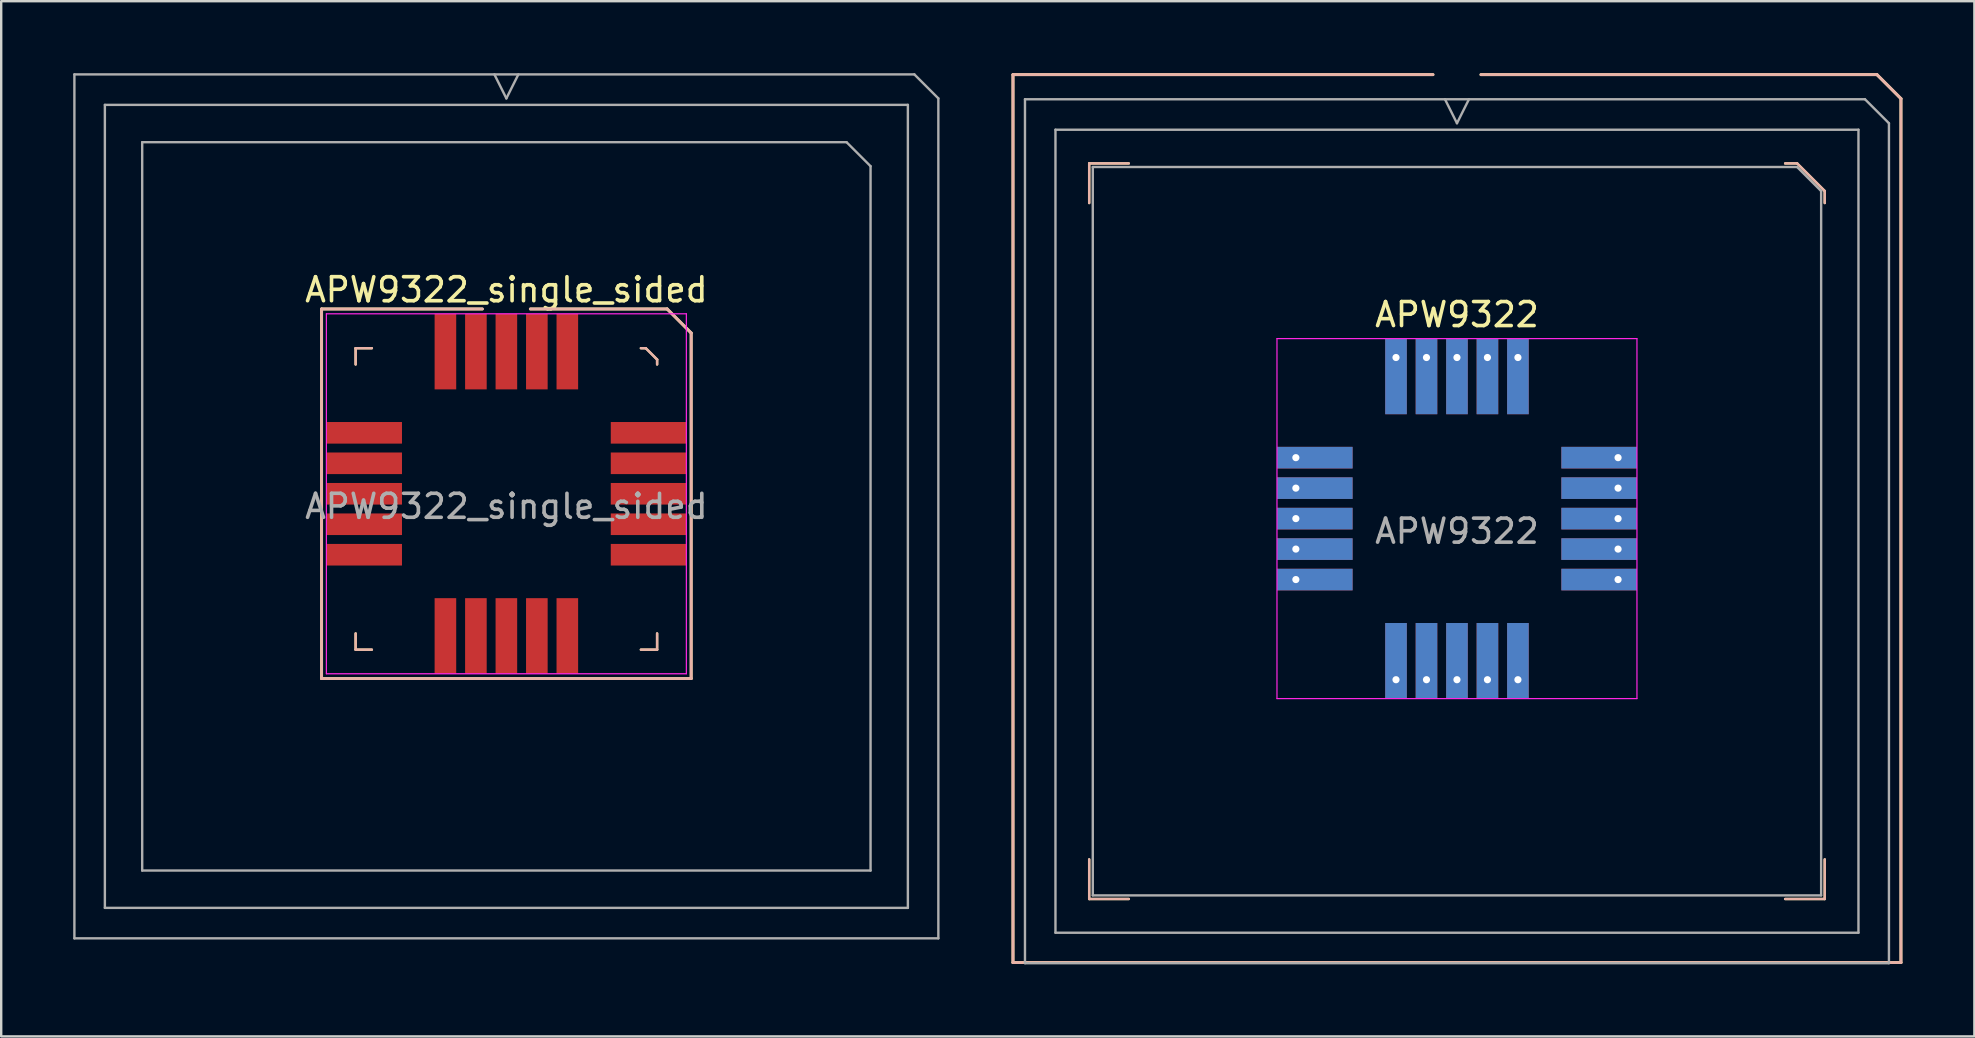
<source format=kicad_pcb>
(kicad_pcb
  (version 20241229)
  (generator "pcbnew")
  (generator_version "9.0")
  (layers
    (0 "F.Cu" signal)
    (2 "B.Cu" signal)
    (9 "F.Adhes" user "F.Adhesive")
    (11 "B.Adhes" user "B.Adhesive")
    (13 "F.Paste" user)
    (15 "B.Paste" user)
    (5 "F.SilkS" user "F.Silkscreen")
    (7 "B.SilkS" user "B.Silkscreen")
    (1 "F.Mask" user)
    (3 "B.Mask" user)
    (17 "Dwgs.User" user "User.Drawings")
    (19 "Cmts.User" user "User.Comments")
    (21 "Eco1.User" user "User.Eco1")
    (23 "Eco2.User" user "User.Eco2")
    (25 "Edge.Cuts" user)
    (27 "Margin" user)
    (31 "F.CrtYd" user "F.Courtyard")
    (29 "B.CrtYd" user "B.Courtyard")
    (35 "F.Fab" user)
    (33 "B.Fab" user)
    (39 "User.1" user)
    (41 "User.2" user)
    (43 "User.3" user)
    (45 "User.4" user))
  (footprint "APW9322_single_sided"
    (layer "F.Cu")
    (at 18.05 17.525)
    (property "Reference" "APW9322_single_sided" (at 0 -8.5 180) (layer "F.SilkS") (effects (font (size 1 1) (thickness 0.15))))
    (attr smd)
    (fp_line (start -7.7 -7.7) (end -1 -7.7) (stroke (width 0.12) (type solid)) (layer "F.SilkS"))
    (fp_line (start -7.7 7.7) (end -7.7 -7.7) (stroke (width 0.12) (type solid)) (layer "F.SilkS"))
    (fp_line (start -6.281 -6.066) (end -6.281 -5.389) (stroke (width 0.1) (type solid)) (layer "F.SilkS"))
    (fp_line (start -6.281 6.496) (end -6.281 5.82) (stroke (width 0.1) (type solid)) (layer "F.SilkS"))
    (fp_line (start -5.605 -6.066) (end -6.281 -6.066) (stroke (width 0.1) (type solid)) (layer "F.SilkS"))
    (fp_line (start -5.605 6.496) (end -6.281 6.496) (stroke (width 0.1) (type solid)) (layer "F.SilkS"))
    (fp_line (start 1 -7.7) (end 6.7 -7.7) (stroke (width 0.12) (type solid)) (layer "F.SilkS"))
    (fp_line (start 5.605 -6.066) (end 5.809 -6.066) (stroke (width 0.1) (type solid)) (layer "F.SilkS"))
    (fp_line (start 5.605 6.496) (end 6.281 6.496) (stroke (width 0.1) (type solid)) (layer "F.SilkS"))
    (fp_line (start 5.809 -6.066) (end 6.281 -5.594) (stroke (width 0.1) (type solid)) (layer "F.SilkS"))
    (fp_line (start 6.281 -5.594) (end 6.281 -5.389) (stroke (width 0.1) (type solid)) (layer "F.SilkS"))
    (fp_line (start 6.281 6.496) (end 6.281 5.82) (stroke (width 0.1) (type solid)) (layer "F.SilkS"))
    (fp_line (start 6.7 -7.7) (end 7.7 -6.7) (stroke (width 0.12) (type solid)) (layer "F.SilkS"))
    (fp_line (start 7.7 -6.7) (end 7.7 7.7) (stroke (width 0.12) (type solid)) (layer "F.SilkS"))
    (fp_line (start 7.7 7.7) (end -7.7 7.7) (stroke (width 0.12) (type solid)) (layer "F.SilkS"))
    (fp_line (start -7.7 -7.7) (end -1 -7.7) (stroke (width 0.12) (type solid)) (layer "B.SilkS"))
    (fp_line (start -7.7 7.7) (end -7.7 -7.7) (stroke (width 0.12) (type solid)) (layer "B.SilkS"))
    (fp_line (start -6.281 -6.066) (end -6.281 -5.389) (stroke (width 0.1) (type solid)) (layer "B.SilkS"))
    (fp_line (start -6.281 6.496) (end -6.281 5.82) (stroke (width 0.1) (type solid)) (layer "B.SilkS"))
    (fp_line (start -5.605 -6.066) (end -6.281 -6.066) (stroke (width 0.1) (type solid)) (layer "B.SilkS"))
    (fp_line (start -5.605 6.496) (end -6.281 6.496) (stroke (width 0.1) (type solid)) (layer "B.SilkS"))
    (fp_line (start 1 -7.7) (end 6.7 -7.7) (stroke (width 0.12) (type solid)) (layer "B.SilkS"))
    (fp_line (start 5.605 -6.066) (end 5.809 -6.066) (stroke (width 0.1) (type solid)) (layer "B.SilkS"))
    (fp_line (start 5.605 6.496) (end 6.281 6.496) (stroke (width 0.1) (type solid)) (layer "B.SilkS"))
    (fp_line (start 5.809 -6.066) (end 6.281 -5.594) (stroke (width 0.1) (type solid)) (layer "B.SilkS"))
    (fp_line (start 6.281 -5.594) (end 6.281 -5.389) (stroke (width 0.1) (type solid)) (layer "B.SilkS"))
    (fp_line (start 6.281 6.496) (end 6.281 5.82) (stroke (width 0.1) (type solid)) (layer "B.SilkS"))
    (fp_line (start 6.7 -7.7) (end 7.7 -6.7) (stroke (width 0.12) (type solid)) (layer "B.SilkS"))
    (fp_line (start 7.7 -6.7) (end 7.7 7.7) (stroke (width 0.12) (type solid)) (layer "B.SilkS"))
    (fp_line (start 7.7 7.7) (end -7.7 7.7) (stroke (width 0.12) (type solid)) (layer "B.SilkS"))
    (fp_line (start -7.5 -7.5) (end 7.5 -7.5) (stroke (width 0.05) (type solid)) (layer "F.CrtYd"))
    (fp_line (start -7.5 7.5) (end -7.5 -7.5) (stroke (width 0.05) (type solid)) (layer "F.CrtYd"))
    (fp_line (start 7.5 -7.5) (end 7.5 7.5) (stroke (width 0.05) (type solid)) (layer "F.CrtYd"))
    (fp_line (start 7.5 7.5) (end -7.5 7.5) (stroke (width 0.05) (type solid)) (layer "F.CrtYd"))
    (fp_line (start -18 -17.475) (end 17 -17.475) (stroke (width 0.1) (type solid)) (layer "F.Fab"))
    (fp_line (start -18 18.525) (end -18 -17.475) (stroke (width 0.1) (type solid)) (layer "F.Fab"))
    (fp_line (start -16.73 -16.205) (end 16.73 -16.205) (stroke (width 0.1) (type solid)) (layer "F.Fab"))
    (fp_line (start -16.73 17.255) (end -16.73 -16.205) (stroke (width 0.1) (type solid)) (layer "F.Fab"))
    (fp_line (start -15.175 -14.65) (end 14.175 -14.65) (stroke (width 0.1) (type solid)) (layer "F.Fab"))
    (fp_line (start -15.175 15.7) (end -15.175 -14.65) (stroke (width 0.1) (type solid)) (layer "F.Fab"))
    (fp_line (start 0 -16.475) (end -0.5 -17.475) (stroke (width 0.1) (type solid)) (layer "F.Fab"))
    (fp_line (start 0.5 -17.475) (end 0 -16.475) (stroke (width 0.1) (type solid)) (layer "F.Fab"))
    (fp_line (start 14.175 -14.65) (end 15.175 -13.65) (stroke (width 0.1) (type solid)) (layer "F.Fab"))
    (fp_line (start 15.175 -13.65) (end 15.175 15.7) (stroke (width 0.1) (type solid)) (layer "F.Fab"))
    (fp_line (start 15.175 15.7) (end -15.175 15.7) (stroke (width 0.1) (type solid)) (layer "F.Fab"))
    (fp_line (start 16.73 -16.205) (end 16.73 17.255) (stroke (width 0.1) (type solid)) (layer "F.Fab"))
    (fp_line (start 16.73 17.255) (end -16.73 17.255) (stroke (width 0.1) (type solid)) (layer "F.Fab"))
    (fp_line (start 17 -17.475) (end 18 -16.475) (stroke (width 0.1) (type solid)) (layer "F.Fab"))
    (fp_line (start 18 -16.475) (end 18 18.525) (stroke (width 0.1) (type solid)) (layer "F.Fab"))
    (fp_line (start 18 18.525) (end -18 18.525) (stroke (width 0.1) (type solid)) (layer "F.Fab"))
    (fp_text user "${REFERENCE}" (at 0 0.525 180) (layer "F.Fab") (effects (font (size 1 1) (thickness 0.15))))
    (pad "1" smd rect (at 0 -5.925) (size 0.9 3.15) (layers "F.Cu" "F.Mask" "F.Paste"))
    (pad "2" smd rect (at 1.27 -5.925) (size 0.9 3.15) (layers "F.Cu" "F.Mask" "F.Paste"))
    (pad "3" smd rect (at 2.54 -5.925) (size 0.9 3.15) (layers "F.Cu" "F.Mask" "F.Paste"))
    (pad "4" smd rect (at 5.925 -2.54) (size 3.15 0.9) (layers "F.Cu" "F.Mask" "F.Paste"))
    (pad "5" smd rect (at 5.925 -1.27) (size 3.15 0.9) (layers "F.Cu" "F.Mask" "F.Paste"))
    (pad "6" smd rect (at 5.925 0) (size 3.15 0.9) (layers "F.Cu" "F.Mask" "F.Paste"))
    (pad "7" smd rect (at 5.925 1.27) (size 3.15 0.9) (layers "F.Cu" "F.Mask" "F.Paste"))
    (pad "8" smd rect (at 5.925 2.54) (size 3.15 0.9) (layers "F.Cu" "F.Mask" "F.Paste"))
    (pad "9" smd rect (at 2.54 5.925) (size 0.9 3.15) (layers "F.Cu" "F.Mask" "F.Paste"))
    (pad "10" smd rect (at 1.27 5.925) (size 0.9 3.15) (layers "F.Cu" "F.Mask" "F.Paste"))
    (pad "11" smd rect (at 0 5.925) (size 0.9 3.15) (layers "F.Cu" "F.Mask" "F.Paste"))
    (pad "12" smd rect (at -1.27 5.925) (size 0.9 3.15) (layers "F.Cu" "F.Mask" "F.Paste"))
    (pad "13" smd rect (at -2.54 5.925) (size 0.9 3.15) (layers "F.Cu" "F.Mask" "F.Paste"))
    (pad "14" smd rect (at -5.925 2.54) (size 3.15 0.9) (layers "F.Cu" "F.Mask" "F.Paste"))
    (pad "15" smd rect (at -5.925 1.27) (size 3.15 0.9) (layers "F.Cu" "F.Mask" "F.Paste"))
    (pad "16" smd rect (at -5.925 0) (size 3.15 0.9) (layers "F.Cu" "F.Mask" "F.Paste"))
    (pad "17" smd rect (at -5.925 -1.27) (size 3.15 0.9) (layers "F.Cu" "F.Mask" "F.Paste"))
    (pad "18" smd rect (at -5.925 -2.54) (size 3.15 0.9) (layers "F.Cu" "F.Mask" "F.Paste"))
    (pad "19" smd rect (at -2.54 -5.925) (size 0.9 3.15) (layers "F.Cu" "F.Mask" "F.Paste"))
    (pad "20" smd rect (at -1.27 -5.925) (size 0.9 3.15) (layers "F.Cu" "F.Mask" "F.Paste")))
  (footprint "APW9322"
    (layer "F.Cu")
    (at 57.66 18.56)
    (property "Reference" "APW9322" (at 0 -8.5 180) (layer "F.SilkS") (effects (font (size 1 1) (thickness 0.15))))
    (attr smd)
    (fp_line (start -18.5 -18.5) (end -1 -18.5) (stroke (width 0.12) (type solid)) (layer "F.SilkS"))
    (fp_line (start -18.5 18.5) (end -18.5 -18.5) (stroke (width 0.12) (type solid)) (layer "F.SilkS"))
    (fp_line (start -15.325 -14.8) (end -15.325 -13.15) (stroke (width 0.1) (type solid)) (layer "F.SilkS"))
    (fp_line (start -15.325 15.85) (end -15.325 14.2) (stroke (width 0.1) (type solid)) (layer "F.SilkS"))
    (fp_line (start -13.675 -14.8) (end -15.325 -14.8) (stroke (width 0.1) (type solid)) (layer "F.SilkS"))
    (fp_line (start -13.675 15.85) (end -15.325 15.85) (stroke (width 0.1) (type solid)) (layer "F.SilkS"))
    (fp_line (start 1 -18.5) (end 17.5 -18.5) (stroke (width 0.12) (type solid)) (layer "F.SilkS"))
    (fp_line (start 13.675 -14.8) (end 14.175 -14.8) (stroke (width 0.1) (type solid)) (layer "F.SilkS"))
    (fp_line (start 13.675 15.85) (end 15.325 15.85) (stroke (width 0.1) (type solid)) (layer "F.SilkS"))
    (fp_line (start 14.175 -14.8) (end 15.325 -13.65) (stroke (width 0.1) (type solid)) (layer "F.SilkS"))
    (fp_line (start 15.325 -13.65) (end 15.325 -13.15) (stroke (width 0.1) (type solid)) (layer "F.SilkS"))
    (fp_line (start 15.325 15.85) (end 15.325 14.2) (stroke (width 0.1) (type solid)) (layer "F.SilkS"))
    (fp_line (start 17.5 -18.5) (end 18.5 -17.5) (stroke (width 0.12) (type solid)) (layer "F.SilkS"))
    (fp_line (start 18.5 -17.5) (end 18.5 18.5) (stroke (width 0.12) (type solid)) (layer "F.SilkS"))
    (fp_line (start 18.5 18.5) (end -18.5 18.5) (stroke (width 0.12) (type solid)) (layer "F.SilkS"))
    (fp_line (start -18.5 -18.5) (end -1 -18.5) (stroke (width 0.12) (type solid)) (layer "B.SilkS"))
    (fp_line (start -18.5 18.5) (end -18.5 -18.5) (stroke (width 0.12) (type solid)) (layer "B.SilkS"))
    (fp_line (start -15.325 -14.8) (end -15.325 -13.15) (stroke (width 0.1) (type solid)) (layer "B.SilkS"))
    (fp_line (start -15.325 15.85) (end -15.325 14.2) (stroke (width 0.1) (type solid)) (layer "B.SilkS"))
    (fp_line (start -13.675 -14.8) (end -15.325 -14.8) (stroke (width 0.1) (type solid)) (layer "B.SilkS"))
    (fp_line (start -13.675 15.85) (end -15.325 15.85) (stroke (width 0.1) (type solid)) (layer "B.SilkS"))
    (fp_line (start 1 -18.5) (end 17.5 -18.5) (stroke (width 0.12) (type solid)) (layer "B.SilkS"))
    (fp_line (start 13.675 -14.8) (end 14.175 -14.8) (stroke (width 0.1) (type solid)) (layer "B.SilkS"))
    (fp_line (start 13.675 15.85) (end 15.325 15.85) (stroke (width 0.1) (type solid)) (layer "B.SilkS"))
    (fp_line (start 14.175 -14.8) (end 15.325 -13.65) (stroke (width 0.1) (type solid)) (layer "B.SilkS"))
    (fp_line (start 15.325 -13.65) (end 15.325 -13.15) (stroke (width 0.1) (type solid)) (layer "B.SilkS"))
    (fp_line (start 15.325 15.85) (end 15.325 14.2) (stroke (width 0.1) (type solid)) (layer "B.SilkS"))
    (fp_line (start 17.5 -18.5) (end 18.5 -17.5) (stroke (width 0.12) (type solid)) (layer "B.SilkS"))
    (fp_line (start 18.5 -17.5) (end 18.5 18.5) (stroke (width 0.12) (type solid)) (layer "B.SilkS"))
    (fp_line (start 18.5 18.5) (end -18.5 18.5) (stroke (width 0.12) (type solid)) (layer "B.SilkS"))
    (fp_line (start -7.5 -7.5) (end 7.5 -7.5) (stroke (width 0.05) (type solid)) (layer "F.CrtYd"))
    (fp_line (start -7.5 7.5) (end -7.5 -7.5) (stroke (width 0.05) (type solid)) (layer "F.CrtYd"))
    (fp_line (start 7.5 -7.5) (end 7.5 7.5) (stroke (width 0.05) (type solid)) (layer "F.CrtYd"))
    (fp_line (start 7.5 7.5) (end -7.5 7.5) (stroke (width 0.05) (type solid)) (layer "F.CrtYd"))
    (fp_line (start -18 -17.475) (end 17 -17.475) (stroke (width 0.1) (type solid)) (layer "F.Fab"))
    (fp_line (start -18 18.525) (end -18 -17.475) (stroke (width 0.1) (type solid)) (layer "F.Fab"))
    (fp_line (start -16.73 -16.205) (end 16.73 -16.205) (stroke (width 0.1) (type solid)) (layer "F.Fab"))
    (fp_line (start -16.73 17.255) (end -16.73 -16.205) (stroke (width 0.1) (type solid)) (layer "F.Fab"))
    (fp_line (start -15.175 -14.65) (end 14.175 -14.65) (stroke (width 0.1) (type solid)) (layer "F.Fab"))
    (fp_line (start -15.175 15.7) (end -15.175 -14.65) (stroke (width 0.1) (type solid)) (layer "F.Fab"))
    (fp_line (start 0 -16.475) (end -0.5 -17.475) (stroke (width 0.1) (type solid)) (layer "F.Fab"))
    (fp_line (start 0.5 -17.475) (end 0 -16.475) (stroke (width 0.1) (type solid)) (layer "F.Fab"))
    (fp_line (start 14.175 -14.65) (end 15.175 -13.65) (stroke (width 0.1) (type solid)) (layer "F.Fab"))
    (fp_line (start 15.175 -13.65) (end 15.175 15.7) (stroke (width 0.1) (type solid)) (layer "F.Fab"))
    (fp_line (start 15.175 15.7) (end -15.175 15.7) (stroke (width 0.1) (type solid)) (layer "F.Fab"))
    (fp_line (start 16.73 -16.205) (end 16.73 17.255) (stroke (width 0.1) (type solid)) (layer "F.Fab"))
    (fp_line (start 16.73 17.255) (end -16.73 17.255) (stroke (width 0.1) (type solid)) (layer "F.Fab"))
    (fp_line (start 17 -17.475) (end 18 -16.475) (stroke (width 0.1) (type solid)) (layer "F.Fab"))
    (fp_line (start 18 -16.475) (end 18 18.525) (stroke (width 0.1) (type solid)) (layer "F.Fab"))
    (fp_line (start 18 18.525) (end -18 18.525) (stroke (width 0.1) (type solid)) (layer "F.Fab"))
    (fp_text user "${REFERENCE}" (at 0 0.525 180) (layer "F.Fab") (effects (font (size 1 1) (thickness 0.15))))
    (pad "1" thru_hole rect (at 0 -6.713) (size 0.9 3.15) (drill 0.3 (offset 0 0.788)) (layers "*.Cu" "*.Mask"))
    (pad "2" thru_hole rect (at 1.27 -6.713) (size 0.9 3.15) (drill 0.3 (offset 0 0.788)) (layers "*.Cu" "*.Mask"))
    (pad "3" thru_hole rect (at 2.54 -6.713) (size 0.9 3.15) (drill 0.3 (offset 0 0.788)) (layers "*.Cu" "*.Mask"))
    (pad "4" thru_hole rect (at 6.713 -2.54) (size 3.15 0.9) (drill 0.3 (offset -0.788 0)) (layers "*.Cu" "*.Mask"))
    (pad "5" thru_hole rect (at 6.713 -1.27) (size 3.15 0.9) (drill 0.3 (offset -0.788 0)) (layers "*.Cu" "*.Mask"))
    (pad "6" thru_hole rect (at 6.713 0) (size 3.15 0.9) (drill 0.3 (offset -0.788 0)) (layers "*.Cu" "*.Mask"))
    (pad "7" thru_hole rect (at 6.713 1.27) (size 3.15 0.9) (drill 0.3 (offset -0.788 0)) (layers "*.Cu" "*.Mask"))
    (pad "8" thru_hole rect (at 6.713 2.54) (size 3.15 0.9) (drill 0.3 (offset -0.788 0)) (layers "*.Cu" "*.Mask"))
    (pad "9" thru_hole rect (at 2.54 6.713) (size 0.9 3.15) (drill 0.3 (offset 0 -0.788)) (layers "*.Cu" "*.Mask"))
    (pad "10" thru_hole rect (at 1.27 6.713) (size 0.9 3.15) (drill 0.3 (offset 0 -0.788)) (layers "*.Cu" "*.Mask"))
    (pad "11" thru_hole rect (at 0 6.713) (size 0.9 3.15) (drill 0.3 (offset 0 -0.788)) (layers "*.Cu" "*.Mask"))
    (pad "12" thru_hole rect (at -1.27 6.713) (size 0.9 3.15) (drill 0.3 (offset 0 -0.788)) (layers "*.Cu" "*.Mask"))
    (pad "13" thru_hole rect (at -2.54 6.713) (size 0.9 3.15) (drill 0.3 (offset 0 -0.788)) (layers "*.Cu" "*.Mask"))
    (pad "14" thru_hole rect (at -6.713 2.54) (size 3.15 0.9) (drill 0.3 (offset 0.788 0)) (layers "*.Cu" "*.Mask"))
    (pad "15" thru_hole rect (at -6.713 1.27) (size 3.15 0.9) (drill 0.3 (offset 0.788 0)) (layers "*.Cu" "*.Mask"))
    (pad "16" thru_hole rect (at -6.713 0) (size 3.15 0.9) (drill 0.3 (offset 0.788 0)) (layers "*.Cu" "*.Mask"))
    (pad "17" thru_hole rect (at -6.713 -1.27) (size 3.15 0.9) (drill 0.3 (offset 0.788 0)) (layers "*.Cu" "*.Mask"))
    (pad "18" thru_hole rect (at -6.713 -2.54) (size 3.15 0.9) (drill 0.3 (offset 0.788 0)) (layers "*.Cu" "*.Mask"))
    (pad "19" thru_hole rect (at -2.54 -6.713) (size 0.9 3.15) (drill 0.3 (offset 0 0.788)) (layers "*.Cu" "*.Mask"))
    (pad "20" thru_hole rect (at -1.27 -6.713) (size 0.9 3.15) (drill 0.3 (offset 0 0.788)) (layers "*.Cu" "*.Mask")))
  (gr_rect
    (start -3 -3)
    (end 79.22 40.135)
    (stroke (width 0.1) (type default))
    (fill no)
    (layer "Edge.Cuts")))
</source>
